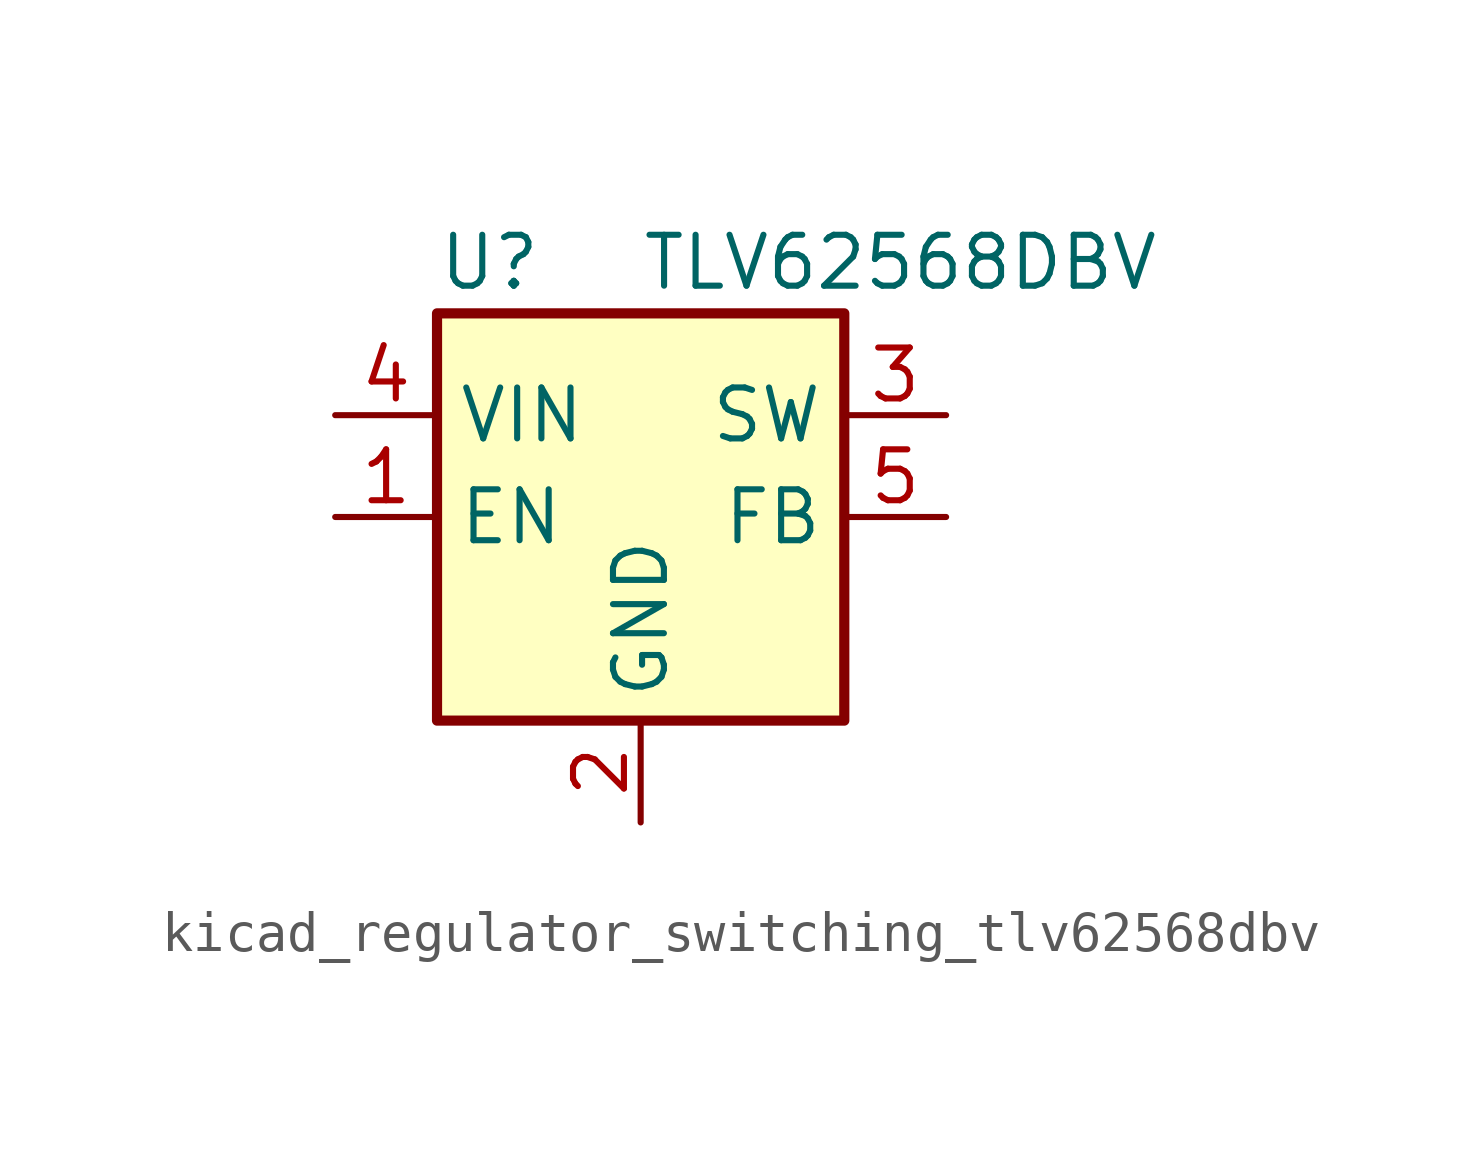
<source format=kicad_sym>
(kicad_symbol_lib
  (version 20220914)
  (generator kicad_symbol_editor)
  (symbol "kicad_regulator_switching_tlv62568dbv"
    (property "Reference" "U"
      (at -5.08 6.35 0)
      (effects (font (size 1.27 1.27)) (justify left)))
    (property "Value" "TLV62568DBV"
      (at 0 6.35 0)
      (effects (font (size 1.27 1.27)) (justify left)))
    (symbol "kicad_regulator_switching_tlv62568dbv_0_1"
      (rectangle (start -5.08 5.08) (end 5.08 -5.08) (stroke (width 0.254) (type default)) (fill (type background))))
    (symbol "kicad_regulator_switching_tlv62568dbv_1_1"
      (pin input line (at -7.62 0 0) (length 2.54) (name "EN" (effects (font (size 1.27 1.27)))) (number "1" (effects (font (size 1.27 1.27)))))
      (pin power_in line (at 0 -7.62 90) (length 2.54) (name "GND" (effects (font (size 1.27 1.27)))) (number "2" (effects (font (size 1.27 1.27)))))
      (pin power_out line (at 7.62 2.54 180) (length 2.54) (name "SW" (effects (font (size 1.27 1.27)))) (number "3" (effects (font (size 1.27 1.27)))))
      (pin power_in line (at -7.62 2.54 0) (length 2.54) (name "VIN" (effects (font (size 1.27 1.27)))) (number "4" (effects (font (size 1.27 1.27)))))
      (pin input line (at 7.62 0 180) (length 2.54) (name "FB" (effects (font (size 1.27 1.27)))) (number "5" (effects (font (size 1.27 1.27))))))))
</source>
